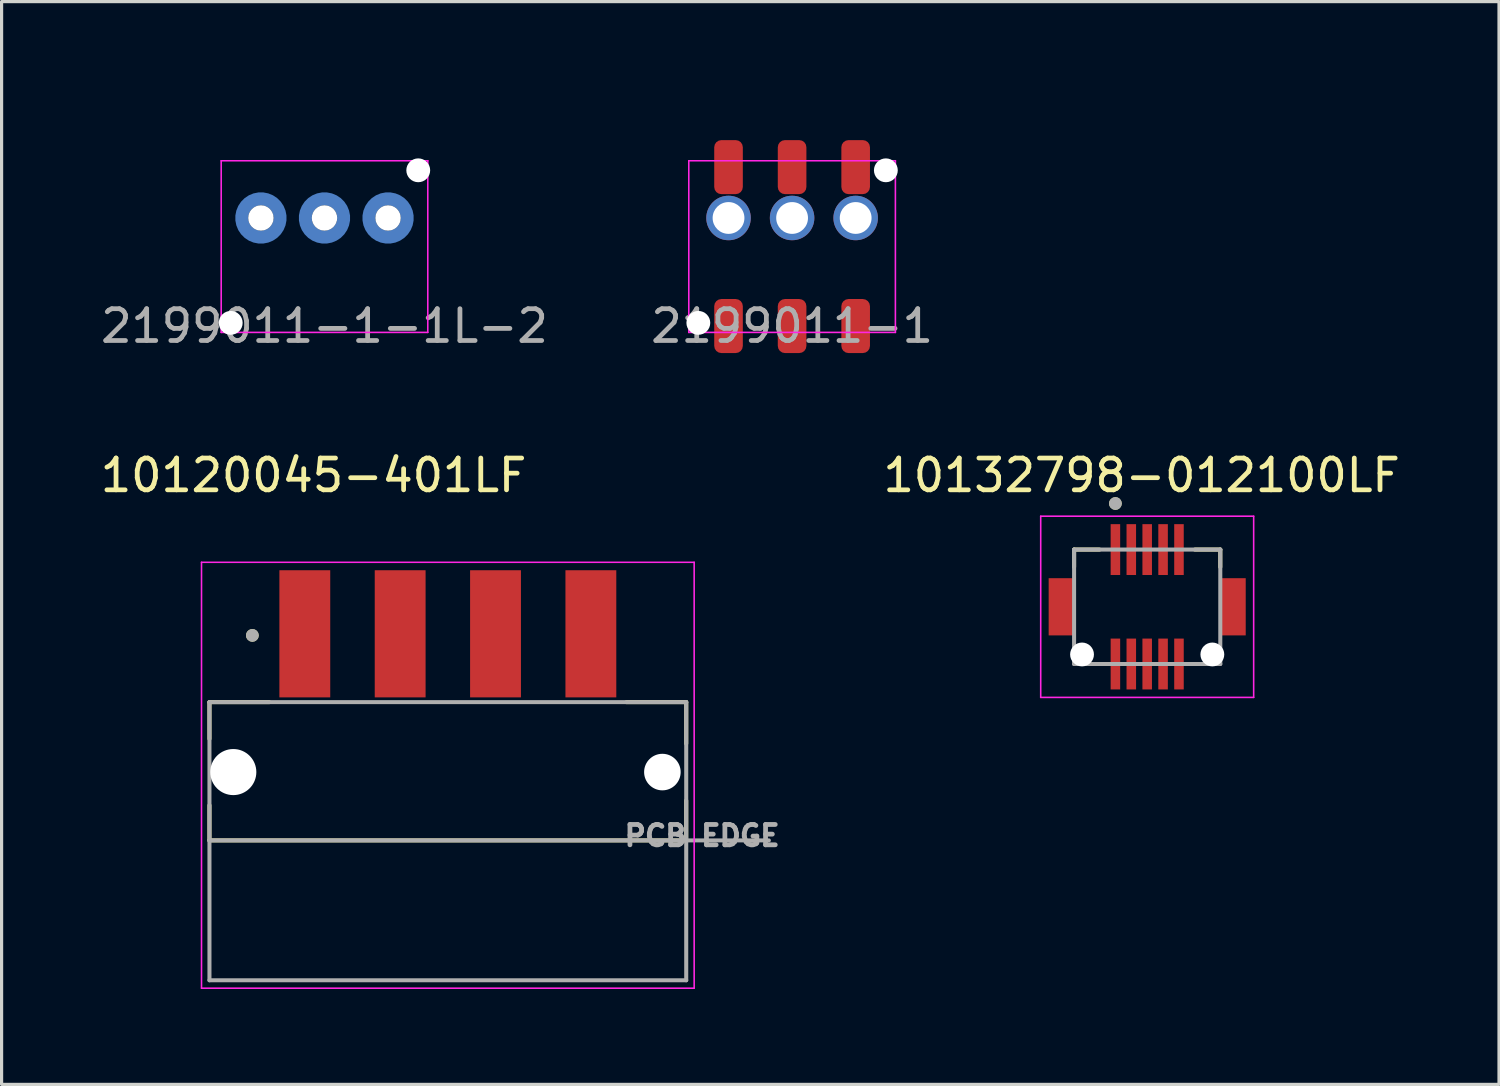
<source format=kicad_pcb>
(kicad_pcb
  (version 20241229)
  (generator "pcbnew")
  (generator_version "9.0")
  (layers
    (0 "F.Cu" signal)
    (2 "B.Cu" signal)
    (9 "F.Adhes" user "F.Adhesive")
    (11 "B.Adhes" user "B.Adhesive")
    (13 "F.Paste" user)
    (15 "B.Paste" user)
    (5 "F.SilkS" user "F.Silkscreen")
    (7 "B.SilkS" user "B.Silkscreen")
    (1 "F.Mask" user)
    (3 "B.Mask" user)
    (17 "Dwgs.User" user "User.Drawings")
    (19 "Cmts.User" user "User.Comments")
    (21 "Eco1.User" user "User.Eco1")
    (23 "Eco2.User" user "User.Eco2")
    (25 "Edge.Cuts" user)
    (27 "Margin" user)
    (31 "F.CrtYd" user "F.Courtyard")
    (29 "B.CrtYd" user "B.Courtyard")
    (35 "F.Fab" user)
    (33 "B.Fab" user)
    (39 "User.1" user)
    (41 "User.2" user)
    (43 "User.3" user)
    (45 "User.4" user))
  (footprint "10120045-401LF"
    (layer "F.Cu")
    (at 11.04 21.241)
    (property "Reference" "10120045-401LF" (at -4.225 -9.335 0) (layer "F.SilkS") (effects (font (size 1 1) (thickness 0.15))))
    (attr smd)
    (fp_line (start -7.5 -2.2) (end -7.5 -1.045) (stroke (width 0.127) (type solid)) (layer "F.SilkS"))
    (fp_line (start -7.5 -2.2) (end -5.62 -2.2) (stroke (width 0.127) (type solid)) (layer "F.SilkS"))
    (fp_line (start -7.5 1.045) (end -7.5 2.15) (stroke (width 0.127) (type solid)) (layer "F.SilkS"))
    (fp_line (start 5.62 -2.2) (end 7.5 -2.2) (stroke (width 0.127) (type solid)) (layer "F.SilkS"))
    (fp_line (start 7.5 -2.2) (end 7.5 -0.895) (stroke (width 0.127) (type solid)) (layer "F.SilkS"))
    (fp_line (start 7.5 0.895) (end 7.5 2.15) (stroke (width 0.127) (type solid)) (layer "F.SilkS"))
    (fp_line (start 7.5 2.15) (end -7.5 2.15) (stroke (width 0.127) (type solid)) (layer "F.SilkS"))
    (fp_circle (center -6.15 -4.3) (end -6.05 -4.3) (stroke (width 0.2) (type solid)) (fill no) (layer "F.SilkS"))
    (fp_line (start -7.75 -6.6) (end -7.75 6.8) (stroke (width 0.05) (type solid)) (layer "F.CrtYd"))
    (fp_line (start -7.75 6.8) (end 7.75 6.8) (stroke (width 0.05) (type solid)) (layer "F.CrtYd"))
    (fp_line (start 7.75 -6.6) (end -7.75 -6.6) (stroke (width 0.05) (type solid)) (layer "F.CrtYd"))
    (fp_line (start 7.75 6.8) (end 7.75 -6.6) (stroke (width 0.05) (type solid)) (layer "F.CrtYd"))
    (fp_line (start -7.5 -2.2) (end 7.5 -2.2) (stroke (width 0.127) (type solid)) (layer "F.Fab"))
    (fp_line (start -7.5 2.15) (end -7.5 -2.2) (stroke (width 0.127) (type solid)) (layer "F.Fab"))
    (fp_line (start -7.5 2.15) (end -7.5 6.55) (stroke (width 0.127) (type solid)) (layer "F.Fab"))
    (fp_line (start -7.5 6.55) (end 7.5 6.55) (stroke (width 0.127) (type solid)) (layer "F.Fab"))
    (fp_line (start 7.5 -2.2) (end 7.5 2.15) (stroke (width 0.127) (type solid)) (layer "F.Fab"))
    (fp_line (start 7.5 2.15) (end -7.5 2.15) (stroke (width 0.127) (type solid)) (layer "F.Fab"))
    (fp_line (start 7.5 2.15) (end 10.1 2.15) (stroke (width 0.127) (type solid)) (layer "F.Fab"))
    (fp_line (start 7.5 6.55) (end 7.5 2.15) (stroke (width 0.127) (type solid)) (layer "F.Fab"))
    (fp_circle (center -6.15 -4.3) (end -6.05 -4.3) (stroke (width 0.2) (type solid)) (fill no) (layer "F.Fab"))
    (fp_text user "PCB EDGE" (at 8 2 0) (layer "F.Fab") (effects (font (size 0.64 0.64) (thickness 0.15))))
    (pad "" np_thru_hole circle (at -6.75 0) (size 1.45 1.45) (drill 1.45) (layers "*.Cu" "*.Mask"))
    (pad "" np_thru_hole circle (at 6.75 0) (size 1.15 1.15) (drill 1.15) (layers "*.Cu" "*.Mask"))
    (pad "1" smd rect (at -4.5 -4.35) (size 1.6 4) (layers "F.Cu" "F.Mask" "F.Paste"))
    (pad "2" smd rect (at -1.5 -4.35) (size 1.6 4) (layers "F.Cu" "F.Mask" "F.Paste"))
    (pad "3" smd rect (at 1.5 -4.35) (size 1.6 4) (layers "F.Cu" "F.Mask" "F.Paste"))
    (pad "4" smd rect (at 4.5 -4.35) (size 1.6 4) (layers "F.Cu" "F.Mask" "F.Paste")))
  (footprint "10132798-012100LF"
    (layer "F.Cu")
    (at 33.043 16.041)
    (property "Reference" "10132798-012100LF" (at -0.175 -4.135 0) (layer "F.SilkS") (effects (font (size 1 1) (thickness 0.15))))
    (attr smd)
    (fp_line (start -2.3 -1.8) (end -1.5 -1.8) (stroke (width 0.127) (type solid)) (layer "F.SilkS"))
    (fp_line (start -2.3 -1.25) (end -2.3 -1.8) (stroke (width 0.127) (type solid)) (layer "F.SilkS"))
    (fp_line (start 2.3 -1.8) (end 1.5 -1.8) (stroke (width 0.127) (type solid)) (layer "F.SilkS"))
    (fp_line (start 2.3 -1.25) (end 2.3 -1.8) (stroke (width 0.127) (type solid)) (layer "F.SilkS"))
    (fp_circle (center -1 -3.25) (end -0.9 -3.25) (stroke (width 0.2) (type solid)) (fill no) (layer "F.SilkS"))
    (fp_line (start -3.35 -2.85) (end 3.35 -2.85) (stroke (width 0.05) (type solid)) (layer "F.CrtYd"))
    (fp_line (start -3.35 2.85) (end -3.35 -2.85) (stroke (width 0.05) (type solid)) (layer "F.CrtYd"))
    (fp_line (start 3.35 -2.85) (end 3.35 2.85) (stroke (width 0.05) (type solid)) (layer "F.CrtYd"))
    (fp_line (start 3.35 2.85) (end -3.35 2.85) (stroke (width 0.05) (type solid)) (layer "F.CrtYd"))
    (fp_line (start -2.3 -1.8) (end 2.3 -1.8) (stroke (width 0.127) (type solid)) (layer "F.Fab"))
    (fp_line (start -2.3 1.8) (end -2.3 -1.8) (stroke (width 0.127) (type solid)) (layer "F.Fab"))
    (fp_line (start 2.3 -1.8) (end 2.3 1.8) (stroke (width 0.127) (type solid)) (layer "F.Fab"))
    (fp_line (start 2.3 1.8) (end -2.3 1.8) (stroke (width 0.127) (type solid)) (layer "F.Fab"))
    (fp_circle (center -1 -3.25) (end -0.9 -3.25) (stroke (width 0.2) (type solid)) (fill no) (layer "F.Fab"))
    (pad "" np_thru_hole circle (at -2.05 1.5) (size 0.75 0.75) (drill 0.75) (layers "*.Cu" "*.Mask"))
    (pad "" np_thru_hole circle (at 2.05 1.5) (size 0.75 0.75) (drill 0.75) (layers "*.Cu" "*.Mask"))
    (pad "1" smd rect (at -1 -1.8) (size 0.3 1.6) (layers "F.Cu" "F.Mask" "F.Paste"))
    (pad "2" smd rect (at -0.5 -1.8) (size 0.3 1.6) (layers "F.Cu" "F.Mask" "F.Paste"))
    (pad "3" smd rect (at 0 -1.8) (size 0.3 1.6) (layers "F.Cu" "F.Mask" "F.Paste"))
    (pad "4" smd rect (at 0.5 -1.8) (size 0.3 1.6) (layers "F.Cu" "F.Mask" "F.Paste"))
    (pad "5" smd rect (at 1 -1.8) (size 0.3 1.6) (layers "F.Cu" "F.Mask" "F.Paste"))
    (pad "6" smd rect (at 1 1.8) (size 0.3 1.6) (layers "F.Cu" "F.Mask" "F.Paste"))
    (pad "7" smd rect (at 0.5 1.8) (size 0.3 1.6) (layers "F.Cu" "F.Mask" "F.Paste"))
    (pad "8" smd rect (at 0 1.8) (size 0.3 1.6) (layers "F.Cu" "F.Mask" "F.Paste"))
    (pad "9" smd rect (at -0.5 1.8) (size 0.3 1.6) (layers "F.Cu" "F.Mask" "F.Paste"))
    (pad "10" smd rect (at -1 1.8) (size 0.3 1.6) (layers "F.Cu" "F.Mask" "F.Paste"))
    (pad "SH1" smd rect (at -2.7 0) (size 0.8 1.8) (layers "F.Cu" "F.Mask" "F.Paste"))
    (pad "SH2" smd rect (at 2.7 0) (size 0.8 1.8) (layers "F.Cu" "F.Mask" "F.Paste")))
  (footprint "2199011-1"
    (layer "F.Cu")
    (at 21.871 4.708)
    (property "Reference" "2199011-1" (at -0.01 -3.86 0) (unlocked yes) (layer "User.2") (effects (font (size 1 1) (thickness 0.15))))
    (attr smd)
    (fp_line (start -3.25 -2.7) (end -3.25 2.7) (stroke (width 0.05) (type default)) (layer "F.CrtYd"))
    (fp_line (start -3.25 2.7) (end 3.25 2.7) (stroke (width 0.05) (type default)) (layer "F.CrtYd"))
    (fp_line (start 3.25 -2.7) (end -3.25 -2.7) (stroke (width 0.05) (type default)) (layer "F.CrtYd"))
    (fp_line (start 3.25 2.7) (end 3.25 -2.7) (stroke (width 0.05) (type default)) (layer "F.CrtYd"))
    (fp_text user "${REFERENCE}" (at 0 2.5 0) (unlocked yes) (layer "F.Fab") (effects (font (size 1 1) (thickness 0.15))))
    (pad "" np_thru_hole circle (at -2.95 2.4) (size 0.75 0.75) (drill 0.75) (layers "*.Cu" "*.Mask"))
    (pad "" np_thru_hole circle (at 2.95 -2.4) (size 0.75 0.75) (drill 0.75) (layers "*.Cu" "*.Mask"))
    (pad "1" smd roundrect (at -2 -2.5) (size 0.9 1.7) (layers "F.Cu" "F.Mask" "F.Paste") (roundrect_rratio 0.25))
    (pad "1" thru_hole circle (at -2 -0.9) (size 1.4 1.4) (drill 1) (layers "*.Cu" "*.Mask"))
    (pad "1" smd roundrect (at -2 2.5) (size 0.9 1.7) (layers "F.Cu" "F.Mask" "F.Paste") (roundrect_rratio 0.25))
    (pad "2" smd roundrect (at 0 -2.5) (size 0.9 1.7) (layers "F.Cu" "F.Mask" "F.Paste") (roundrect_rratio 0.25))
    (pad "2" thru_hole circle (at 0 -0.9) (size 1.4 1.4) (drill 1) (layers "*.Cu" "*.Mask"))
    (pad "2" smd roundrect (at 0 2.5) (size 0.9 1.7) (layers "F.Cu" "F.Mask" "F.Paste") (roundrect_rratio 0.25))
    (pad "3" smd roundrect (at 2 -2.5) (size 0.9 1.7) (layers "F.Cu" "F.Mask" "F.Paste") (roundrect_rratio 0.25))
    (pad "3" thru_hole circle (at 2 -0.9) (size 1.4 1.4) (drill 1) (layers "*.Cu" "*.Mask"))
    (pad "3" smd roundrect (at 2 2.5) (size 0.9 1.7) (layers "F.Cu" "F.Mask" "F.Paste") (roundrect_rratio 0.25)))
  (footprint "2199011-1-1L-2"
    (layer "F.Cu")
    (at 7.159 4.708)
    (property "Reference" "2199011-1-1L-2" (at -0.01 -3.86 0) (unlocked yes) (layer "User.2") (effects (font (size 1 1) (thickness 0.15))))
    (attr smd)
    (fp_line (start -3.25 -2.7) (end -3.25 2.7) (stroke (width 0.05) (type default)) (layer "F.CrtYd"))
    (fp_line (start -3.25 2.7) (end 3.25 2.7) (stroke (width 0.05) (type default)) (layer "F.CrtYd"))
    (fp_line (start 3.25 -2.7) (end -3.25 -2.7) (stroke (width 0.05) (type default)) (layer "F.CrtYd"))
    (fp_line (start 3.25 2.7) (end 3.25 -2.7) (stroke (width 0.05) (type default)) (layer "F.CrtYd"))
    (fp_text user "${REFERENCE}" (at 0 2.5 0) (unlocked yes) (layer "F.Fab") (effects (font (size 1 1) (thickness 0.15))))
    (pad "" np_thru_hole circle (at -2.95 2.4) (size 0.75 0.75) (drill 0.75) (layers "*.Cu" "*.Mask"))
    (pad "" np_thru_hole circle (at -2 -0.9) (size 0.8 0.8) (drill 0.8) (layers "*.Cu" "*.Mask"))
    (pad "" np_thru_hole circle (at 0 -0.9) (size 0.8 0.8) (drill 0.8) (layers "*.Cu" "*.Mask"))
    (pad "" np_thru_hole circle (at 2 -0.9) (size 0.8 0.8) (drill 0.8) (layers "*.Cu" "*.Mask"))
    (pad "" np_thru_hole circle (at 2.95 -2.4) (size 0.75 0.75) (drill 0.75) (layers "*.Cu" "*.Mask"))
    (pad "1" smd custom (at -2.01 -1.55) (size 0.2 0.2) (layers "B.Cu" "B.Mask" "B.Paste") (options (anchor circle)) (primitives (gr_circle (center 0.01 0.65) (end -0.51 0.17) (width 0.2) (fill no)) (gr_circle (center 0.01 0.65) (end -0.23 0.1) (width 0.2) (fill no)) (gr_poly (pts (xy -0.1 -0.05) (xy -0.096 -0.069) (xy -0.085 -0.085) (xy -0.069 -0.096) (xy -0.05 -0.1) (xy 0.05 -0.1) (xy 0.069 -0.096) (xy 0.085 -0.085) (xy 0.096 -0.069) (xy 0.1 -0.05) (xy 0.1 0.05) (xy 0.096 0.069) (xy 0.085 0.085) (xy 0.069 0.096) (xy 0.05 0.1) (xy -0.05 0.1) (xy -0.069 0.096) (xy -0.085 0.085) (xy -0.096 0.069) (xy -0.1 0.05)) (width 0) (fill yes)) (gr_circle (center 0.01 0.65) (end -0.2 0.2) (width 0.2) (fill no))))
    (pad "2" smd custom (at -0.01 -1.55) (size 0.2 0.2) (layers "B.Cu" "B.Mask" "B.Paste") (options (anchor circle)) (primitives (gr_circle (center 0.01 0.65) (end -0.51 0.17) (width 0.2) (fill no)) (gr_circle (center 0.01 0.65) (end -0.23 0.1) (width 0.2) (fill no)) (gr_poly (pts (xy -0.1 -0.05) (xy -0.096 -0.069) (xy -0.085 -0.085) (xy -0.069 -0.096) (xy -0.05 -0.1) (xy 0.05 -0.1) (xy 0.069 -0.096) (xy 0.085 -0.085) (xy 0.096 -0.069) (xy 0.1 -0.05) (xy 0.1 0.05) (xy 0.096 0.069) (xy 0.085 0.085) (xy 0.069 0.096) (xy 0.05 0.1) (xy -0.05 0.1) (xy -0.069 0.096) (xy -0.085 0.085) (xy -0.096 0.069) (xy -0.1 0.05)) (width 0) (fill yes)) (gr_circle (center 0.01 0.65) (end -0.2 0.2) (width 0.2) (fill no))))
    (pad "3" smd custom (at 1.99 -1.55) (size 0.2 0.2) (layers "B.Cu" "B.Mask" "B.Paste") (options (anchor circle)) (primitives (gr_circle (center 0.01 0.65) (end -0.51 0.17) (width 0.2) (fill no)) (gr_circle (center 0.01 0.65) (end -0.23 0.1) (width 0.2) (fill no)) (gr_poly (pts (xy -0.1 -0.05) (xy -0.096 -0.069) (xy -0.085 -0.085) (xy -0.069 -0.096) (xy -0.05 -0.1) (xy 0.05 -0.1) (xy 0.069 -0.096) (xy 0.085 -0.085) (xy 0.096 -0.069) (xy 0.1 -0.05) (xy 0.1 0.05) (xy 0.096 0.069) (xy 0.085 0.085) (xy 0.069 0.096) (xy 0.05 0.1) (xy -0.05 0.1) (xy -0.069 0.096) (xy -0.085 0.085) (xy -0.096 0.069) (xy -0.1 0.05)) (width 0) (fill yes)) (gr_circle (center 0.01 0.65) (end -0.2 0.2) (width 0.2) (fill no)))))
  (gr_rect
    (start -3 -3)
    (end 44.112 31.067)
    (stroke (width 0.1) (type default))
    (fill no)
    (layer "Edge.Cuts")))
</source>
